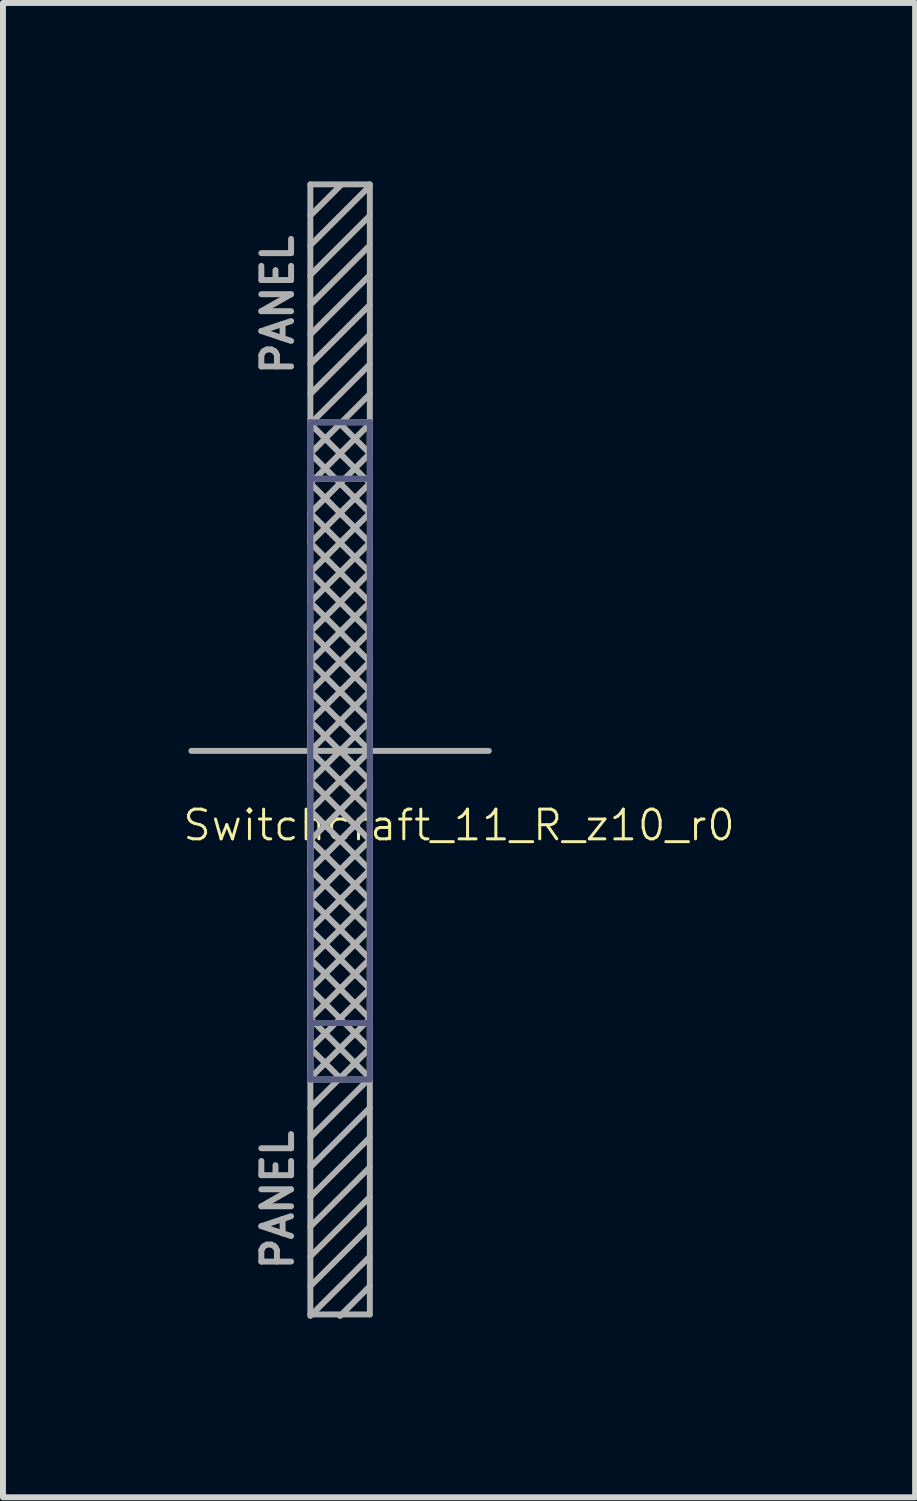
<source format=kicad_pcb>
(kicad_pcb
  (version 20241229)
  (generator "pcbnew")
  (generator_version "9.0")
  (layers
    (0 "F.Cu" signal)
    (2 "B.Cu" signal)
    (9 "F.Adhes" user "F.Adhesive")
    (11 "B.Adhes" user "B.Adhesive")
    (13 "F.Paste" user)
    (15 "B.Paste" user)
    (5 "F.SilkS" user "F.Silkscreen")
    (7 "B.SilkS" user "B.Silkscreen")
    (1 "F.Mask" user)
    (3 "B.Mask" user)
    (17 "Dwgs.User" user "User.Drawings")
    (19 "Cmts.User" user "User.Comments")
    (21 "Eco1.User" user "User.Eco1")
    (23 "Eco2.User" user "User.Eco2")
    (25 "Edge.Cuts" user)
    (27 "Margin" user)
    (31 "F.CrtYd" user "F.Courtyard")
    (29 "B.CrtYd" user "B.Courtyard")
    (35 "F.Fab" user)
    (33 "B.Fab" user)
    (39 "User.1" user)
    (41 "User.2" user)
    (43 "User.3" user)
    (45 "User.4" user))
  (footprint "Switchcraft_11_R_z10_r0"
    (layer "F.Cu")
    (at 2.168 9.575)
    (property "Reference" "Switchcraft_11_R_z10_r0" (at 2.5 1.25 180) (layer "F.SilkS") (effects (font (size 0.5 0.5) (thickness 0.05))))
    (attr through_hole)
    (fp_line (start 0 -5.525) (end 0 -5.5) (stroke (width 0.1) (type solid)) (layer "B.Fab"))
    (fp_line (start 0 -5.5) (end 0 -4.5) (stroke (width 0.1) (type solid)) (layer "B.Fab"))
    (fp_line (start 0 -4.575) (end 1 -4.575) (stroke (width 0.1) (type solid)) (layer "B.Fab"))
    (fp_line (start 0 4.5) (end 0 -5.5) (stroke (width 0.1) (type solid)) (layer "B.Fab"))
    (fp_line (start 0 4.575) (end 1 4.575) (stroke (width 0.1) (type solid)) (layer "B.Fab"))
    (fp_line (start 0 5.5) (end 0 4.5) (stroke (width 0.1) (type solid)) (layer "B.Fab"))
    (fp_line (start 0 5.525) (end 0 5.45) (stroke (width 0.1) (type solid)) (layer "B.Fab"))
    (fp_line (start 1 -5.525) (end 0 -5.525) (stroke (width 0.1) (type solid)) (layer "B.Fab"))
    (fp_line (start 1 -5.5) (end 1 -5.525) (stroke (width 0.1) (type solid)) (layer "B.Fab"))
    (fp_line (start 1 -5.5) (end 1 5.5) (stroke (width 0.1) (type solid)) (layer "B.Fab"))
    (fp_line (start 1 5.525) (end 0 5.525) (stroke (width 0.1) (type solid)) (layer "B.Fab"))
    (fp_line (start -2 0) (end 3 0) (stroke (width 0.1) (type solid)) (layer "F.Fab"))
    (fp_line (start 0 -9.525) (end 1 -9.525) (stroke (width 0.1) (type solid)) (layer "F.Fab"))
    (fp_line (start 0 -9) (end 0.5 -9.5) (stroke (width 0.1) (type solid)) (layer "F.Fab"))
    (fp_line (start 0 -6.5) (end 1 -7.5) (stroke (width 0.1) (type solid)) (layer "F.Fab"))
    (fp_line (start 0 -5.525) (end 1 -5.525) (stroke (width 0.1) (type solid)) (layer "F.Fab"))
    (fp_line (start 0 -5.5) (end 1 -6.5) (stroke (width 0.1) (type solid)) (layer "F.Fab"))
    (fp_line (start 0 -5.5) (end 1 -4.5) (stroke (width 0.1) (type solid)) (layer "F.Fab"))
    (fp_line (start 0 -5) (end 0.5 -5.5) (stroke (width 0.1) (type solid)) (layer "F.Fab"))
    (fp_line (start 0 -5) (end 1 -4) (stroke (width 0.1) (type solid)) (layer "F.Fab"))
    (fp_line (start 0 -4.575) (end 1 -4.575) (stroke (width 0.1) (type solid)) (layer "F.Fab"))
    (fp_line (start 0 -4.5) (end 0 -5) (stroke (width 0.1) (type solid)) (layer "F.Fab"))
    (fp_line (start 0 -4.5) (end 1 -3.5) (stroke (width 0.1) (type solid)) (layer "F.Fab"))
    (fp_line (start 0 -4) (end 1 -5) (stroke (width 0.1) (type solid)) (layer "F.Fab"))
    (fp_line (start 0 -4) (end 1 -3) (stroke (width 0.1) (type solid)) (layer "F.Fab"))
    (fp_line (start 0 -3.5) (end 0 -4) (stroke (width 0.1) (type solid)) (layer "F.Fab"))
    (fp_line (start 0 -3.5) (end 1 -2.5) (stroke (width 0.1) (type solid)) (layer "F.Fab"))
    (fp_line (start 0 -3) (end 1 -4) (stroke (width 0.1) (type solid)) (layer "F.Fab"))
    (fp_line (start 0 -3) (end 1 -2) (stroke (width 0.1) (type solid)) (layer "F.Fab"))
    (fp_line (start 0 -2.5) (end 0 -3) (stroke (width 0.1) (type solid)) (layer "F.Fab"))
    (fp_line (start 0 -2) (end 1 -3) (stroke (width 0.1) (type solid)) (layer "F.Fab"))
    (fp_line (start 0 -2) (end 1 -1) (stroke (width 0.1) (type solid)) (layer "F.Fab"))
    (fp_line (start 0 -1.5) (end 0 -2) (stroke (width 0.1) (type solid)) (layer "F.Fab"))
    (fp_line (start 0 -1.5) (end 1 -0.5) (stroke (width 0.1) (type solid)) (layer "F.Fab"))
    (fp_line (start 0 -1) (end 1 -2) (stroke (width 0.1) (type solid)) (layer "F.Fab"))
    (fp_line (start 0 -0.5) (end 0 -1) (stroke (width 0.1) (type solid)) (layer "F.Fab"))
    (fp_line (start 0 -0.5) (end 0 0) (stroke (width 0.1) (type solid)) (layer "F.Fab"))
    (fp_line (start 0 0) (end 1 -1) (stroke (width 0.1) (type solid)) (layer "F.Fab"))
    (fp_line (start 0 0) (end 1 1) (stroke (width 0.1) (type solid)) (layer "F.Fab"))
    (fp_line (start 0 0.5) (end 0 0) (stroke (width 0.1) (type solid)) (layer "F.Fab"))
    (fp_line (start 0 1) (end 1 0) (stroke (width 0.1) (type solid)) (layer "F.Fab"))
    (fp_line (start 0 1) (end 1 2) (stroke (width 0.1) (type solid)) (layer "F.Fab"))
    (fp_line (start 0 1.5) (end 0 1) (stroke (width 0.1) (type solid)) (layer "F.Fab"))
    (fp_line (start 0 1.5) (end 0 2) (stroke (width 0.1) (type solid)) (layer "F.Fab"))
    (fp_line (start 0 2) (end 1 1) (stroke (width 0.1) (type solid)) (layer "F.Fab"))
    (fp_line (start 0 2) (end 1 3) (stroke (width 0.1) (type solid)) (layer "F.Fab"))
    (fp_line (start 0 2.5) (end 0 2) (stroke (width 0.1) (type solid)) (layer "F.Fab"))
    (fp_line (start 0 2.5) (end 0 3) (stroke (width 0.1) (type solid)) (layer "F.Fab"))
    (fp_line (start 0 3) (end 1 2) (stroke (width 0.1) (type solid)) (layer "F.Fab"))
    (fp_line (start 0 3) (end 1 4) (stroke (width 0.1) (type solid)) (layer "F.Fab"))
    (fp_line (start 0 3.5) (end 0 3) (stroke (width 0.1) (type solid)) (layer "F.Fab"))
    (fp_line (start 0 3.5) (end 0 4) (stroke (width 0.1) (type solid)) (layer "F.Fab"))
    (fp_line (start 0 4) (end 1 3) (stroke (width 0.1) (type solid)) (layer "F.Fab"))
    (fp_line (start 0 4) (end 1 5) (stroke (width 0.1) (type solid)) (layer "F.Fab"))
    (fp_line (start 0 4.5) (end 0 4) (stroke (width 0.1) (type solid)) (layer "F.Fab"))
    (fp_line (start 0 4.5) (end 0 5) (stroke (width 0.1) (type solid)) (layer "F.Fab"))
    (fp_line (start 0 4.575) (end 1 4.575) (stroke (width 0.1) (type solid)) (layer "F.Fab"))
    (fp_line (start 0 5) (end 0.5 5.5) (stroke (width 0.1) (type solid)) (layer "F.Fab"))
    (fp_line (start 0 5) (end 1 4) (stroke (width 0.1) (type solid)) (layer "F.Fab"))
    (fp_line (start 0 5.5) (end 0 5) (stroke (width 0.1) (type solid)) (layer "F.Fab"))
    (fp_line (start 0 5.525) (end 1 5.525) (stroke (width 0.1) (type solid)) (layer "F.Fab"))
    (fp_line (start 0 7) (end 1 6) (stroke (width 0.1) (type solid)) (layer "F.Fab"))
    (fp_line (start 0 8) (end 1 7) (stroke (width 0.1) (type solid)) (layer "F.Fab"))
    (fp_line (start 0 9) (end 1 8) (stroke (width 0.1) (type solid)) (layer "F.Fab"))
    (fp_line (start 0 9.475) (end 0 -9.525) (stroke (width 0.1) (type solid)) (layer "F.Fab"))
    (fp_line (start 0.5 -5.5) (end 1 -5) (stroke (width 0.1) (type solid)) (layer "F.Fab"))
    (fp_line (start 0.5 5.5) (end 0 6) (stroke (width 0.1) (type solid)) (layer "F.Fab"))
    (fp_line (start 0.5 5.5) (end 1 5) (stroke (width 0.1) (type solid)) (layer "F.Fab"))
    (fp_line (start 0.5 9.5) (end 1 9) (stroke (width 0.1) (type solid)) (layer "F.Fab"))
    (fp_line (start 1 -9.525) (end 1 9.475) (stroke (width 0.1) (type solid)) (layer "F.Fab"))
    (fp_line (start 1 -9.5) (end 0 -8.5) (stroke (width 0.1) (type solid)) (layer "F.Fab"))
    (fp_line (start 1 -9) (end 0 -8) (stroke (width 0.1) (type solid)) (layer "F.Fab"))
    (fp_line (start 1 -8.5) (end 0 -7.5) (stroke (width 0.1) (type solid)) (layer "F.Fab"))
    (fp_line (start 1 -8) (end 0 -7) (stroke (width 0.1) (type solid)) (layer "F.Fab"))
    (fp_line (start 1 -7) (end 0 -6) (stroke (width 0.1) (type solid)) (layer "F.Fab"))
    (fp_line (start 1 -6) (end 0.5 -5.5) (stroke (width 0.1) (type solid)) (layer "F.Fab"))
    (fp_line (start 1 -5.5) (end 0 -4.5) (stroke (width 0.1) (type solid)) (layer "F.Fab"))
    (fp_line (start 1 -5) (end 1 -5.5) (stroke (width 0.1) (type solid)) (layer "F.Fab"))
    (fp_line (start 1 -4.5) (end 0 -3.5) (stroke (width 0.1) (type solid)) (layer "F.Fab"))
    (fp_line (start 1 -4) (end 1 -4.5) (stroke (width 0.1) (type solid)) (layer "F.Fab"))
    (fp_line (start 1 -3.5) (end 0 -2.5) (stroke (width 0.1) (type solid)) (layer "F.Fab"))
    (fp_line (start 1 -3) (end 1 -3.5) (stroke (width 0.1) (type solid)) (layer "F.Fab"))
    (fp_line (start 1 -2.5) (end 0 -1.5) (stroke (width 0.1) (type solid)) (layer "F.Fab"))
    (fp_line (start 1 -2) (end 1 -2.5) (stroke (width 0.1) (type solid)) (layer "F.Fab"))
    (fp_line (start 1 -1.5) (end 0 -2.5) (stroke (width 0.1) (type solid)) (layer "F.Fab"))
    (fp_line (start 1 -1.5) (end 0 -0.5) (stroke (width 0.1) (type solid)) (layer "F.Fab"))
    (fp_line (start 1 -1) (end 1 -1.5) (stroke (width 0.1) (type solid)) (layer "F.Fab"))
    (fp_line (start 1 -0.5) (end 0 0.5) (stroke (width 0.1) (type solid)) (layer "F.Fab"))
    (fp_line (start 1 -0.5) (end 1 0) (stroke (width 0.1) (type solid)) (layer "F.Fab"))
    (fp_line (start 1 0) (end 0 -1) (stroke (width 0.1) (type solid)) (layer "F.Fab"))
    (fp_line (start 1 0) (end 1 -0.5) (stroke (width 0.1) (type solid)) (layer "F.Fab"))
    (fp_line (start 1 0.5) (end 0 -0.5) (stroke (width 0.1) (type solid)) (layer "F.Fab"))
    (fp_line (start 1 0.5) (end 0 1.5) (stroke (width 0.1) (type solid)) (layer "F.Fab"))
    (fp_line (start 1 1) (end 1 0.5) (stroke (width 0.1) (type solid)) (layer "F.Fab"))
    (fp_line (start 1 1) (end 1 1.5) (stroke (width 0.1) (type solid)) (layer "F.Fab"))
    (fp_line (start 1 1.5) (end 0 0.5) (stroke (width 0.1) (type solid)) (layer "F.Fab"))
    (fp_line (start 1 1.5) (end 0 2.5) (stroke (width 0.1) (type solid)) (layer "F.Fab"))
    (fp_line (start 1 2) (end 1 1.5) (stroke (width 0.1) (type solid)) (layer "F.Fab"))
    (fp_line (start 1 2) (end 1 2.5) (stroke (width 0.1) (type solid)) (layer "F.Fab"))
    (fp_line (start 1 2.5) (end 0 1.5) (stroke (width 0.1) (type solid)) (layer "F.Fab"))
    (fp_line (start 1 2.5) (end 0 3.5) (stroke (width 0.1) (type solid)) (layer "F.Fab"))
    (fp_line (start 1 3) (end 1 2.5) (stroke (width 0.1) (type solid)) (layer "F.Fab"))
    (fp_line (start 1 3) (end 1 3.5) (stroke (width 0.1) (type solid)) (layer "F.Fab"))
    (fp_line (start 1 3.5) (end 0 2.5) (stroke (width 0.1) (type solid)) (layer "F.Fab"))
    (fp_line (start 1 3.5) (end 0 4.5) (stroke (width 0.1) (type solid)) (layer "F.Fab"))
    (fp_line (start 1 4) (end 1 3.5) (stroke (width 0.1) (type solid)) (layer "F.Fab"))
    (fp_line (start 1 4) (end 1 4.5) (stroke (width 0.1) (type solid)) (layer "F.Fab"))
    (fp_line (start 1 4.5) (end 0 3.5) (stroke (width 0.1) (type solid)) (layer "F.Fab"))
    (fp_line (start 1 4.5) (end 0 5.5) (stroke (width 0.1) (type solid)) (layer "F.Fab"))
    (fp_line (start 1 5) (end 1 4.5) (stroke (width 0.1) (type solid)) (layer "F.Fab"))
    (fp_line (start 1 5) (end 1 5.5) (stroke (width 0.1) (type solid)) (layer "F.Fab"))
    (fp_line (start 1 5.5) (end 0 4.5) (stroke (width 0.1) (type solid)) (layer "F.Fab"))
    (fp_line (start 1 5.5) (end 0 6.5) (stroke (width 0.1) (type solid)) (layer "F.Fab"))
    (fp_line (start 1 6.5) (end 0 7.5) (stroke (width 0.1) (type solid)) (layer "F.Fab"))
    (fp_line (start 1 7.5) (end 0 8.5) (stroke (width 0.1) (type solid)) (layer "F.Fab"))
    (fp_line (start 1 8.5) (end 0 9.5) (stroke (width 0.1) (type solid)) (layer "F.Fab"))
    (fp_line (start 1 9.475) (end 0 9.475) (stroke (width 0.1) (type solid)) (layer "F.Fab"))
    (fp_text user "PANEL" (at -0.55 7.55 90) (layer "F.Fab") (effects (font (size 0.5 0.5) (thickness 0.1))))
    (fp_text user "PANEL" (at -0.55 -7.5 90) (layer "F.Fab") (effects (font (size 0.5 0.5) (thickness 0.1)))))
  (gr_rect
    (start -3 -3)
    (end 12.336 22.125)
    (stroke (width 0.1) (type default))
    (fill no)
    (layer "Edge.Cuts")))
</source>
